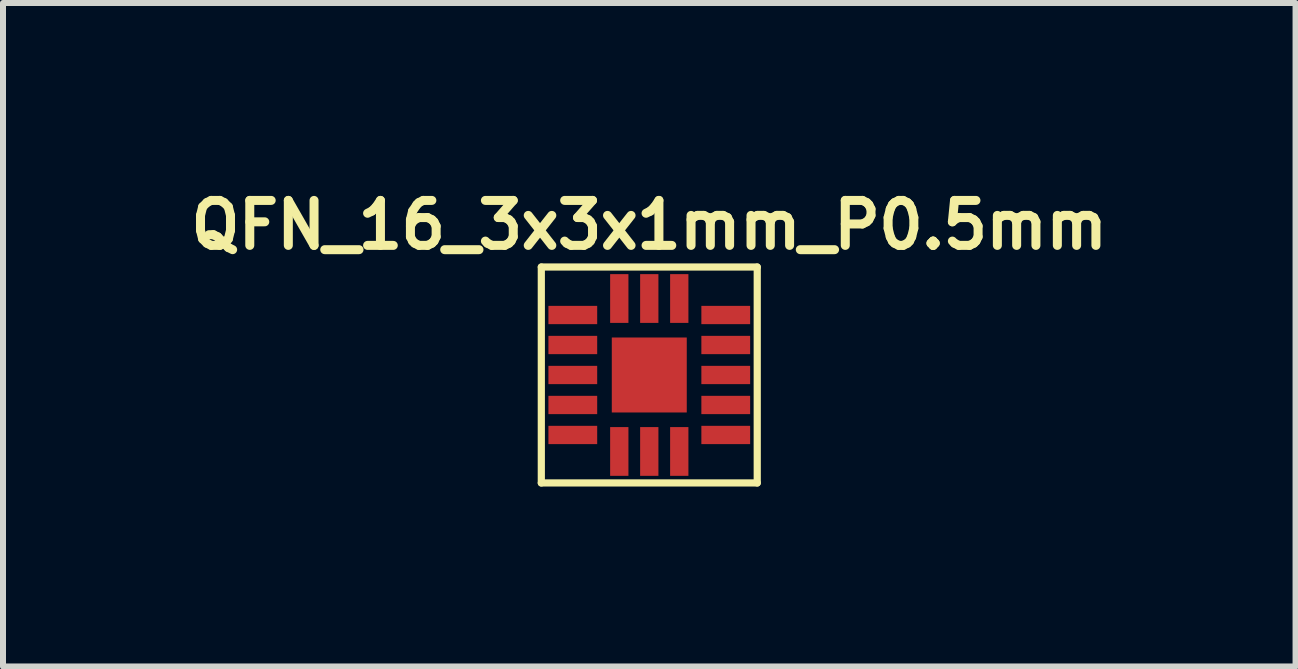
<source format=kicad_pcb>
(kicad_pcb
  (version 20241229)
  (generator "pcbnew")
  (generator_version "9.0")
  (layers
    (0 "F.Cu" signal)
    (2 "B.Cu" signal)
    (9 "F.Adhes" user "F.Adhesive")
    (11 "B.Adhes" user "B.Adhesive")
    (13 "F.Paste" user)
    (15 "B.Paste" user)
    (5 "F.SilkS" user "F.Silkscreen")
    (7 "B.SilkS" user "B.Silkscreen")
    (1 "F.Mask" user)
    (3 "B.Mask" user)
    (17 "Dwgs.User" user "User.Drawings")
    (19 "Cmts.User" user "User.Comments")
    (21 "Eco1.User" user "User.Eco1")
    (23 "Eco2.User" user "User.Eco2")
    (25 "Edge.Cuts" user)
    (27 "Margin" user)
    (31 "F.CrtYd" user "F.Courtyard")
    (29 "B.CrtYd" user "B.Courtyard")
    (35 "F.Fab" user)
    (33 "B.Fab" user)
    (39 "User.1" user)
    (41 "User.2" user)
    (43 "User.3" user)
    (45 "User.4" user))
  (footprint "QFN_16_3x3x1mm_P0.5mm"
    (layer "F.Cu")
    (at 7.775 3.202)
    (property "Reference" "QFN_16_3x3x1mm_P0.5mm" (at 0 -2.5 0) (layer "F.SilkS") (effects (font (size 0.75 0.75) (thickness 0.15))))
    (attr smd)
    (fp_line (start -1.8 -1.8) (end 1.8 -1.8) (stroke (width 0.12) (type solid)) (layer "F.SilkS"))
    (fp_line (start -1.8 1.8) (end -1.8 -1.8) (stroke (width 0.12) (type solid)) (layer "F.SilkS"))
    (fp_line (start 1.8 -1.8) (end 1.8 1.8) (stroke (width 0.12) (type solid)) (layer "F.SilkS"))
    (fp_line (start 1.8 1.8) (end -1.8 1.8) (stroke (width 0.12) (type solid)) (layer "F.SilkS"))
    (pad "" smd rect (at 0 0) (size 1.25 1.25) (layers "F.Cu" "F.Mask" "F.Paste"))
    (pad "1" smd rect (at -1.275 -1) (size 0.813 0.305) (layers "F.Cu" "F.Mask" "F.Paste"))
    (pad "2" smd rect (at -1.275 -0.5) (size 0.813 0.305) (layers "F.Cu" "F.Mask" "F.Paste"))
    (pad "3" smd rect (at -1.275 0) (size 0.813 0.305) (layers "F.Cu" "F.Mask" "F.Paste"))
    (pad "4" smd rect (at -1.275 0.5) (size 0.813 0.305) (layers "F.Cu" "F.Mask" "F.Paste"))
    (pad "5" smd rect (at -1.275 1) (size 0.813 0.305) (layers "F.Cu" "F.Mask" "F.Paste"))
    (pad "6" smd rect (at -0.5 1.275) (size 0.305 0.813) (layers "F.Cu" "F.Mask" "F.Paste"))
    (pad "7" smd rect (at 0 1.275) (size 0.305 0.813) (layers "F.Cu" "F.Mask" "F.Paste"))
    (pad "8" smd rect (at 0.5 1.275) (size 0.305 0.813) (layers "F.Cu" "F.Mask" "F.Paste"))
    (pad "9" smd rect (at 1.275 1) (size 0.813 0.305) (layers "F.Cu" "F.Mask" "F.Paste"))
    (pad "10" smd rect (at 1.275 0.5) (size 0.813 0.305) (layers "F.Cu" "F.Mask" "F.Paste"))
    (pad "11" smd rect (at 1.275 0) (size 0.813 0.305) (layers "F.Cu" "F.Mask" "F.Paste"))
    (pad "12" smd rect (at 1.275 -0.5) (size 0.813 0.305) (layers "F.Cu" "F.Mask" "F.Paste"))
    (pad "13" smd rect (at 1.275 -1) (size 0.813 0.305) (layers "F.Cu" "F.Mask" "F.Paste"))
    (pad "14" smd rect (at 0.5 -1.275) (size 0.305 0.813) (layers "F.Cu" "F.Mask" "F.Paste"))
    (pad "15" smd rect (at 0 -1.275) (size 0.305 0.813) (layers "F.Cu" "F.Mask" "F.Paste"))
    (pad "16" smd rect (at -0.5 -1.275) (size 0.305 0.813) (layers "F.Cu" "F.Mask" "F.Paste")))
  (gr_rect
    (start -3 -3)
    (end 18.55 8.062)
    (stroke (width 0.1) (type default))
    (fill no)
    (layer "Edge.Cuts")))
</source>
